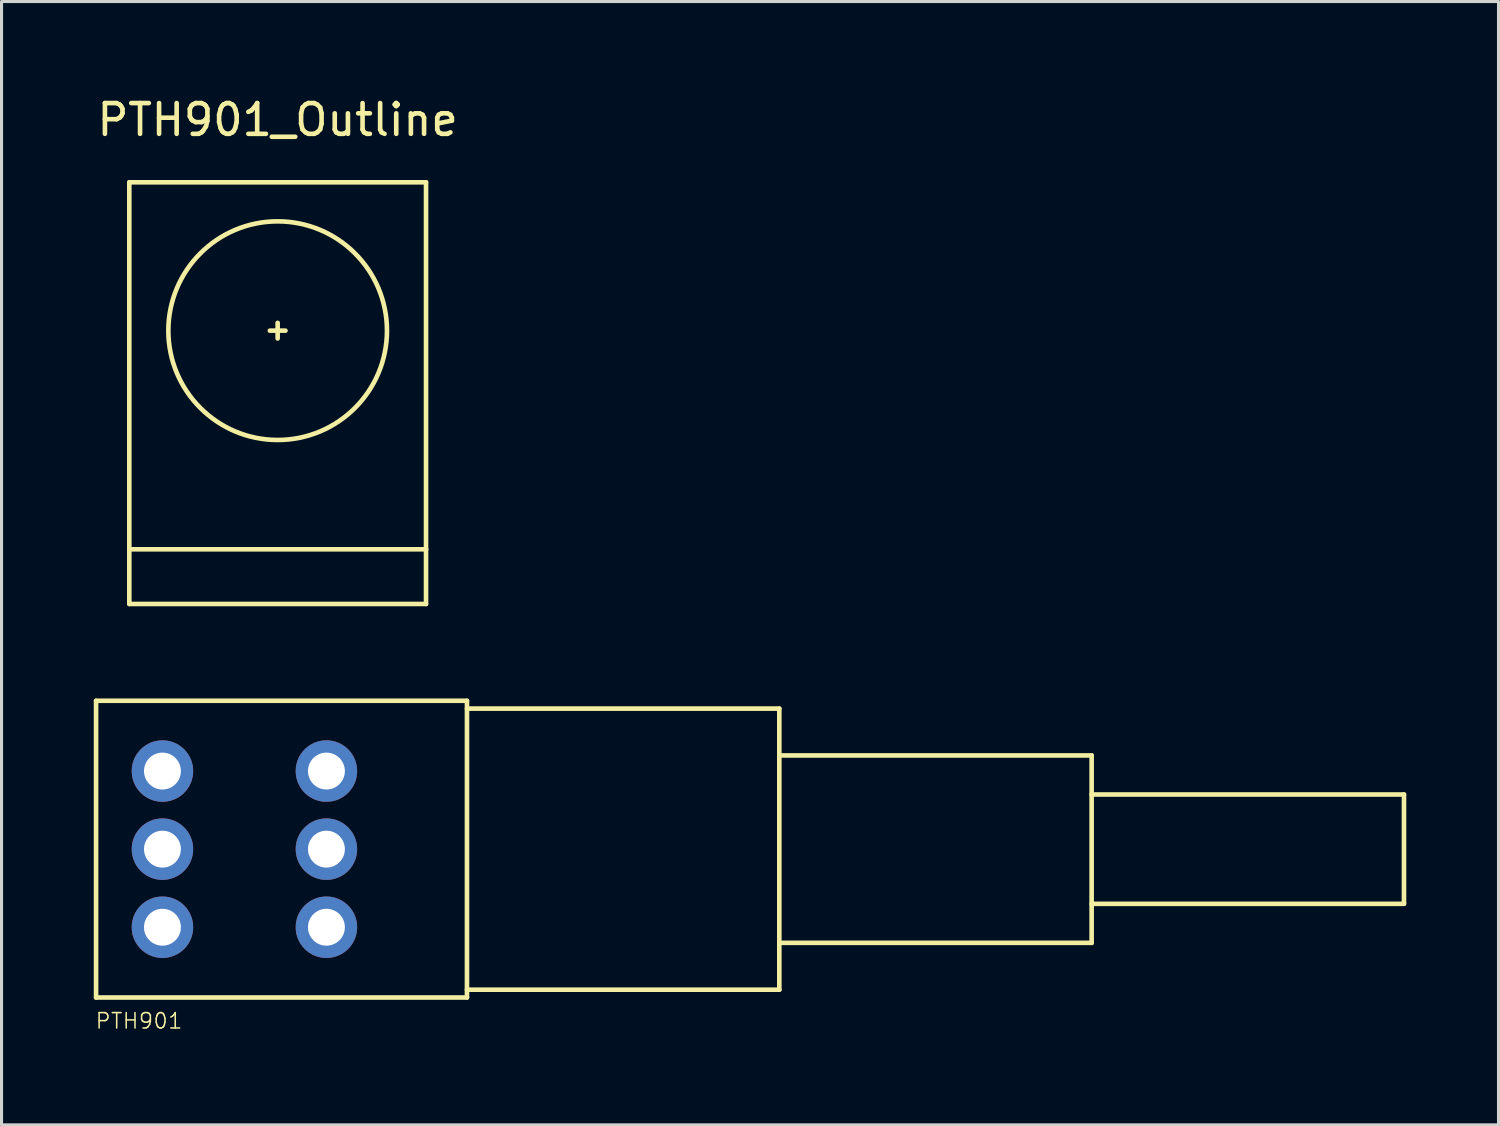
<source format=kicad_pcb>
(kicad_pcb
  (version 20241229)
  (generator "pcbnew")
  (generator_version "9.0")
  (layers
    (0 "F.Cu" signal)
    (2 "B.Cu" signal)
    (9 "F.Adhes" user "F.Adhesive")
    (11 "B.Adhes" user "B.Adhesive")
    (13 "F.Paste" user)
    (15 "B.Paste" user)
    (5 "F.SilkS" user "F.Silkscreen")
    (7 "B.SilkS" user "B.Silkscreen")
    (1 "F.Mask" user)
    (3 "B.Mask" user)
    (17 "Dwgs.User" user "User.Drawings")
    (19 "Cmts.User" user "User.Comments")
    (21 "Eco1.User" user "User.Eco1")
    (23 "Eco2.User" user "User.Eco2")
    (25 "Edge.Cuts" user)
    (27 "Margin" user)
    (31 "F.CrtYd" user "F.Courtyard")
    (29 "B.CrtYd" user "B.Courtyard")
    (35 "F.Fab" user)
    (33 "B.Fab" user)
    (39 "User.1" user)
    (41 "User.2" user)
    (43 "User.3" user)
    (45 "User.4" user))
  (footprint "PTH901"
    (layer "F.Cu")
    (at 4.52 24.572)
    (property "Reference" "PTH901" (at -3.048 5.588 0) (layer "F.SilkS") (effects (font (size 0.5 0.5) (thickness 0.05))))
    (attr through_hole)
    (fp_line (start -4.445 -4.826) (end 7.62 -4.826) (stroke (width 0.15) (type solid)) (layer "F.SilkS"))
    (fp_line (start -4.445 4.826) (end -4.445 -4.826) (stroke (width 0.15) (type solid)) (layer "F.SilkS"))
    (fp_line (start 7.62 -4.826) (end 7.62 4.826) (stroke (width 0.15) (type solid)) (layer "F.SilkS"))
    (fp_line (start 7.62 -4.572) (end 17.78 -4.572) (stroke (width 0.15) (type solid)) (layer "F.SilkS"))
    (fp_line (start 7.62 4.826) (end -4.445 4.826) (stroke (width 0.15) (type solid)) (layer "F.SilkS"))
    (fp_line (start 17.78 -4.572) (end 17.78 4.572) (stroke (width 0.15) (type solid)) (layer "F.SilkS"))
    (fp_line (start 17.78 -3.048) (end 27.94 -3.048) (stroke (width 0.15) (type solid)) (layer "F.SilkS"))
    (fp_line (start 17.78 4.572) (end 7.62 4.572) (stroke (width 0.15) (type solid)) (layer "F.SilkS"))
    (fp_line (start 27.94 -3.048) (end 27.94 3.048) (stroke (width 0.15) (type solid)) (layer "F.SilkS"))
    (fp_line (start 27.94 -1.778) (end 38.1 -1.778) (stroke (width 0.15) (type solid)) (layer "F.SilkS"))
    (fp_line (start 27.94 3.048) (end 17.78 3.048) (stroke (width 0.15) (type solid)) (layer "F.SilkS"))
    (fp_line (start 38.1 -1.778) (end 38.1 1.778) (stroke (width 0.15) (type solid)) (layer "F.SilkS"))
    (fp_line (start 38.1 1.778) (end 27.94 1.778) (stroke (width 0.15) (type solid)) (layer "F.SilkS"))
    (pad "1" thru_hole circle (at 3.048 -2.54) (size 2 2) (drill 1.2) (layers "*.Cu" "*.Mask"))
    (pad "2" thru_hole circle (at 3.048 0) (size 2 2) (drill 1.2) (layers "*.Cu" "*.Mask"))
    (pad "3" thru_hole circle (at 3.048 2.54) (size 2 2) (drill 1.2) (layers "*.Cu" "*.Mask"))
    (pad "4" thru_hole circle (at -2.286 -2.54) (size 2 2) (drill 1.2) (layers "*.Cu" "*.Mask"))
    (pad "5" thru_hole circle (at -2.286 0) (size 2 2) (drill 1.2) (layers "*.Cu" "*.Mask"))
    (pad "6" thru_hole circle (at -2.286 2.54) (size 2 2) (drill 1.2) (layers "*.Cu" "*.Mask")))
  (footprint "PTH901_Outline"
    (layer "F.Cu")
    (at 5.982 7.706)
    (property "Reference" "PTH901_Outline" (at 0 -6.858 0) (layer "F.SilkS") (effects (font (size 1 1) (thickness 0.15))))
    (attr through_hole)
    (fp_line (start -4.826 -4.826) (end -4.826 7.112) (stroke (width 0.15) (type solid)) (layer "F.SilkS"))
    (fp_line (start -4.826 -4.826) (end 4.826 -4.826) (stroke (width 0.15) (type solid)) (layer "F.SilkS"))
    (fp_line (start -4.826 7.112) (end -4.826 8.89) (stroke (width 0.15) (type solid)) (layer "F.SilkS"))
    (fp_line (start -4.826 7.112) (end 4.826 7.112) (stroke (width 0.15) (type solid)) (layer "F.SilkS"))
    (fp_line (start -4.826 8.89) (end 4.826 8.89) (stroke (width 0.15) (type solid)) (layer "F.SilkS"))
    (fp_line (start -0.254 0) (end 0.254 0) (stroke (width 0.15) (type solid)) (layer "F.SilkS"))
    (fp_line (start 0 0.254) (end 0 -0.254) (stroke (width 0.15) (type solid)) (layer "F.SilkS"))
    (fp_line (start 4.826 7.112) (end 4.826 -4.826) (stroke (width 0.15) (type solid)) (layer "F.SilkS"))
    (fp_line (start 4.826 8.89) (end 4.826 7.112) (stroke (width 0.15) (type solid)) (layer "F.SilkS"))
    (fp_circle (center 0 0) (end 3.556 0) (stroke (width 0.15) (type solid)) (fill no) (layer "F.SilkS")))
  (gr_rect
    (start -3 -3)
    (end 45.695 33.541)
    (stroke (width 0.1) (type default))
    (fill no)
    (layer "Edge.Cuts")))
</source>
